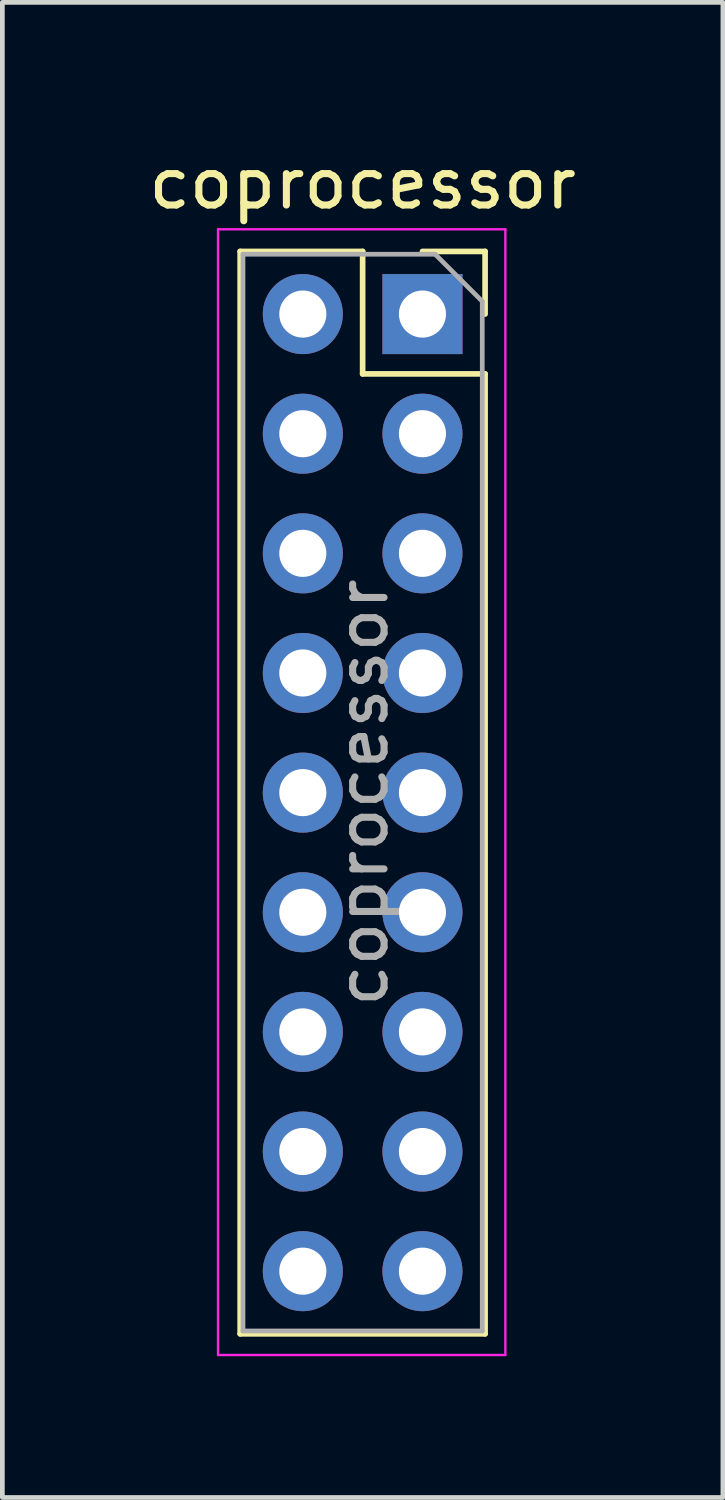
<source format=kicad_pcb>
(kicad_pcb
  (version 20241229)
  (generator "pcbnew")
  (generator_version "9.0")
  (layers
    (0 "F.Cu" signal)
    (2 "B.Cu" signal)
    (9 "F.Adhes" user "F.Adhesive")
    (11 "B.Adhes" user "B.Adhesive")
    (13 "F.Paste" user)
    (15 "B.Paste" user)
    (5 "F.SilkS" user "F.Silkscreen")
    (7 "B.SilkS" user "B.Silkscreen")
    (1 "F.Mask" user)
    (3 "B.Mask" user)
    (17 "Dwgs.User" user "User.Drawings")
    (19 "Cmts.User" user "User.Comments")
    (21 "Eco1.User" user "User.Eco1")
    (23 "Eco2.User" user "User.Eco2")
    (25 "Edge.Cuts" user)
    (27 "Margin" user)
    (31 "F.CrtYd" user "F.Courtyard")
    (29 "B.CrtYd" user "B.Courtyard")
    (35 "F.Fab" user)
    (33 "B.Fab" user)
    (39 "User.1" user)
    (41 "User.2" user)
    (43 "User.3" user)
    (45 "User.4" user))
  (footprint "coprocessor"
    (layer "F.Cu")
    (at 4.649 13.778)
    (property "Reference" "coprocessor" (at 0 -12.93 0) (layer "F.SilkS") (effects (font (size 1 1) (thickness 0.15))))
    (attr through_hole)
    (fp_line (start -2.6 -11.49) (end -2.6 11.49) (stroke (width 0.12) (type solid)) (layer "F.SilkS"))
    (fp_line (start -2.6 -11.49) (end 0 -11.49) (stroke (width 0.12) (type solid)) (layer "F.SilkS"))
    (fp_line (start -2.6 11.49) (end 2.6 11.49) (stroke (width 0.12) (type solid)) (layer "F.SilkS"))
    (fp_line (start 0 -11.49) (end 0 -8.89) (stroke (width 0.12) (type solid)) (layer "F.SilkS"))
    (fp_line (start 0 -8.89) (end 2.6 -8.89) (stroke (width 0.12) (type solid)) (layer "F.SilkS"))
    (fp_line (start 1.27 -11.49) (end 2.6 -11.49) (stroke (width 0.12) (type solid)) (layer "F.SilkS"))
    (fp_line (start 2.6 -11.49) (end 2.6 -10.16) (stroke (width 0.12) (type solid)) (layer "F.SilkS"))
    (fp_line (start 2.6 -8.89) (end 2.6 11.49) (stroke (width 0.12) (type solid)) (layer "F.SilkS"))
    (fp_line (start -3.07 -11.96) (end 3.03 -11.96) (stroke (width 0.05) (type solid)) (layer "F.CrtYd"))
    (fp_line (start -3.07 11.94) (end -3.07 -11.96) (stroke (width 0.05) (type solid)) (layer "F.CrtYd"))
    (fp_line (start 3.03 -11.96) (end 3.03 11.94) (stroke (width 0.05) (type solid)) (layer "F.CrtYd"))
    (fp_line (start 3.03 11.94) (end -3.07 11.94) (stroke (width 0.05) (type solid)) (layer "F.CrtYd"))
    (fp_line (start -2.54 -11.43) (end 1.54 -11.43) (stroke (width 0.1) (type solid)) (layer "F.Fab"))
    (fp_line (start -2.54 11.43) (end -2.54 -11.43) (stroke (width 0.1) (type solid)) (layer "F.Fab"))
    (fp_line (start 1.54 -11.43) (end 2.54 -10.43) (stroke (width 0.1) (type solid)) (layer "F.Fab"))
    (fp_line (start 2.54 -10.43) (end 2.54 11.43) (stroke (width 0.1) (type solid)) (layer "F.Fab"))
    (fp_line (start 2.54 11.43) (end -2.54 11.43) (stroke (width 0.1) (type solid)) (layer "F.Fab"))
    (fp_text user "${REFERENCE}" (at 0 0 90) (layer "F.Fab") (effects (font (size 1 1) (thickness 0.15))))
    (pad "1" thru_hole rect (at 1.27 -10.16) (size 1.7 1.7) (drill 1) (layers "*.Cu" "*.Mask"))
    (pad "2" thru_hole oval (at -1.27 -10.16) (size 1.7 1.7) (drill 1) (layers "*.Cu" "*.Mask"))
    (pad "3" thru_hole oval (at 1.27 -7.62) (size 1.7 1.7) (drill 1) (layers "*.Cu" "*.Mask"))
    (pad "4" thru_hole oval (at -1.27 -7.62) (size 1.7 1.7) (drill 1) (layers "*.Cu" "*.Mask"))
    (pad "5" thru_hole oval (at 1.27 -5.08) (size 1.7 1.7) (drill 1) (layers "*.Cu" "*.Mask"))
    (pad "6" thru_hole oval (at -1.27 -5.08) (size 1.7 1.7) (drill 1) (layers "*.Cu" "*.Mask"))
    (pad "7" thru_hole oval (at 1.27 -2.54) (size 1.7 1.7) (drill 1) (layers "*.Cu" "*.Mask"))
    (pad "8" thru_hole oval (at -1.27 -2.54) (size 1.7 1.7) (drill 1) (layers "*.Cu" "*.Mask"))
    (pad "9" thru_hole oval (at 1.27 0) (size 1.7 1.7) (drill 1) (layers "*.Cu" "*.Mask"))
    (pad "10" thru_hole oval (at -1.27 0) (size 1.7 1.7) (drill 1) (layers "*.Cu" "*.Mask"))
    (pad "11" thru_hole oval (at 1.27 2.54) (size 1.7 1.7) (drill 1) (layers "*.Cu" "*.Mask"))
    (pad "12" thru_hole oval (at -1.27 2.54) (size 1.7 1.7) (drill 1) (layers "*.Cu" "*.Mask"))
    (pad "13" thru_hole oval (at 1.27 5.08) (size 1.7 1.7) (drill 1) (layers "*.Cu" "*.Mask"))
    (pad "14" thru_hole oval (at -1.27 5.08) (size 1.7 1.7) (drill 1) (layers "*.Cu" "*.Mask"))
    (pad "15" thru_hole oval (at 1.27 7.62) (size 1.7 1.7) (drill 1) (layers "*.Cu" "*.Mask"))
    (pad "16" thru_hole oval (at -1.27 7.62) (size 1.7 1.7) (drill 1) (layers "*.Cu" "*.Mask"))
    (pad "17" thru_hole oval (at 1.27 10.16) (size 1.7 1.7) (drill 1) (layers "*.Cu" "*.Mask"))
    (pad "18" thru_hole oval (at -1.27 10.16) (size 1.7 1.7) (drill 1) (layers "*.Cu" "*.Mask")))
  (gr_rect
    (start -3 -3)
    (end 12.298 28.743)
    (stroke (width 0.1) (type default))
    (fill no)
    (layer "Edge.Cuts")))
</source>
